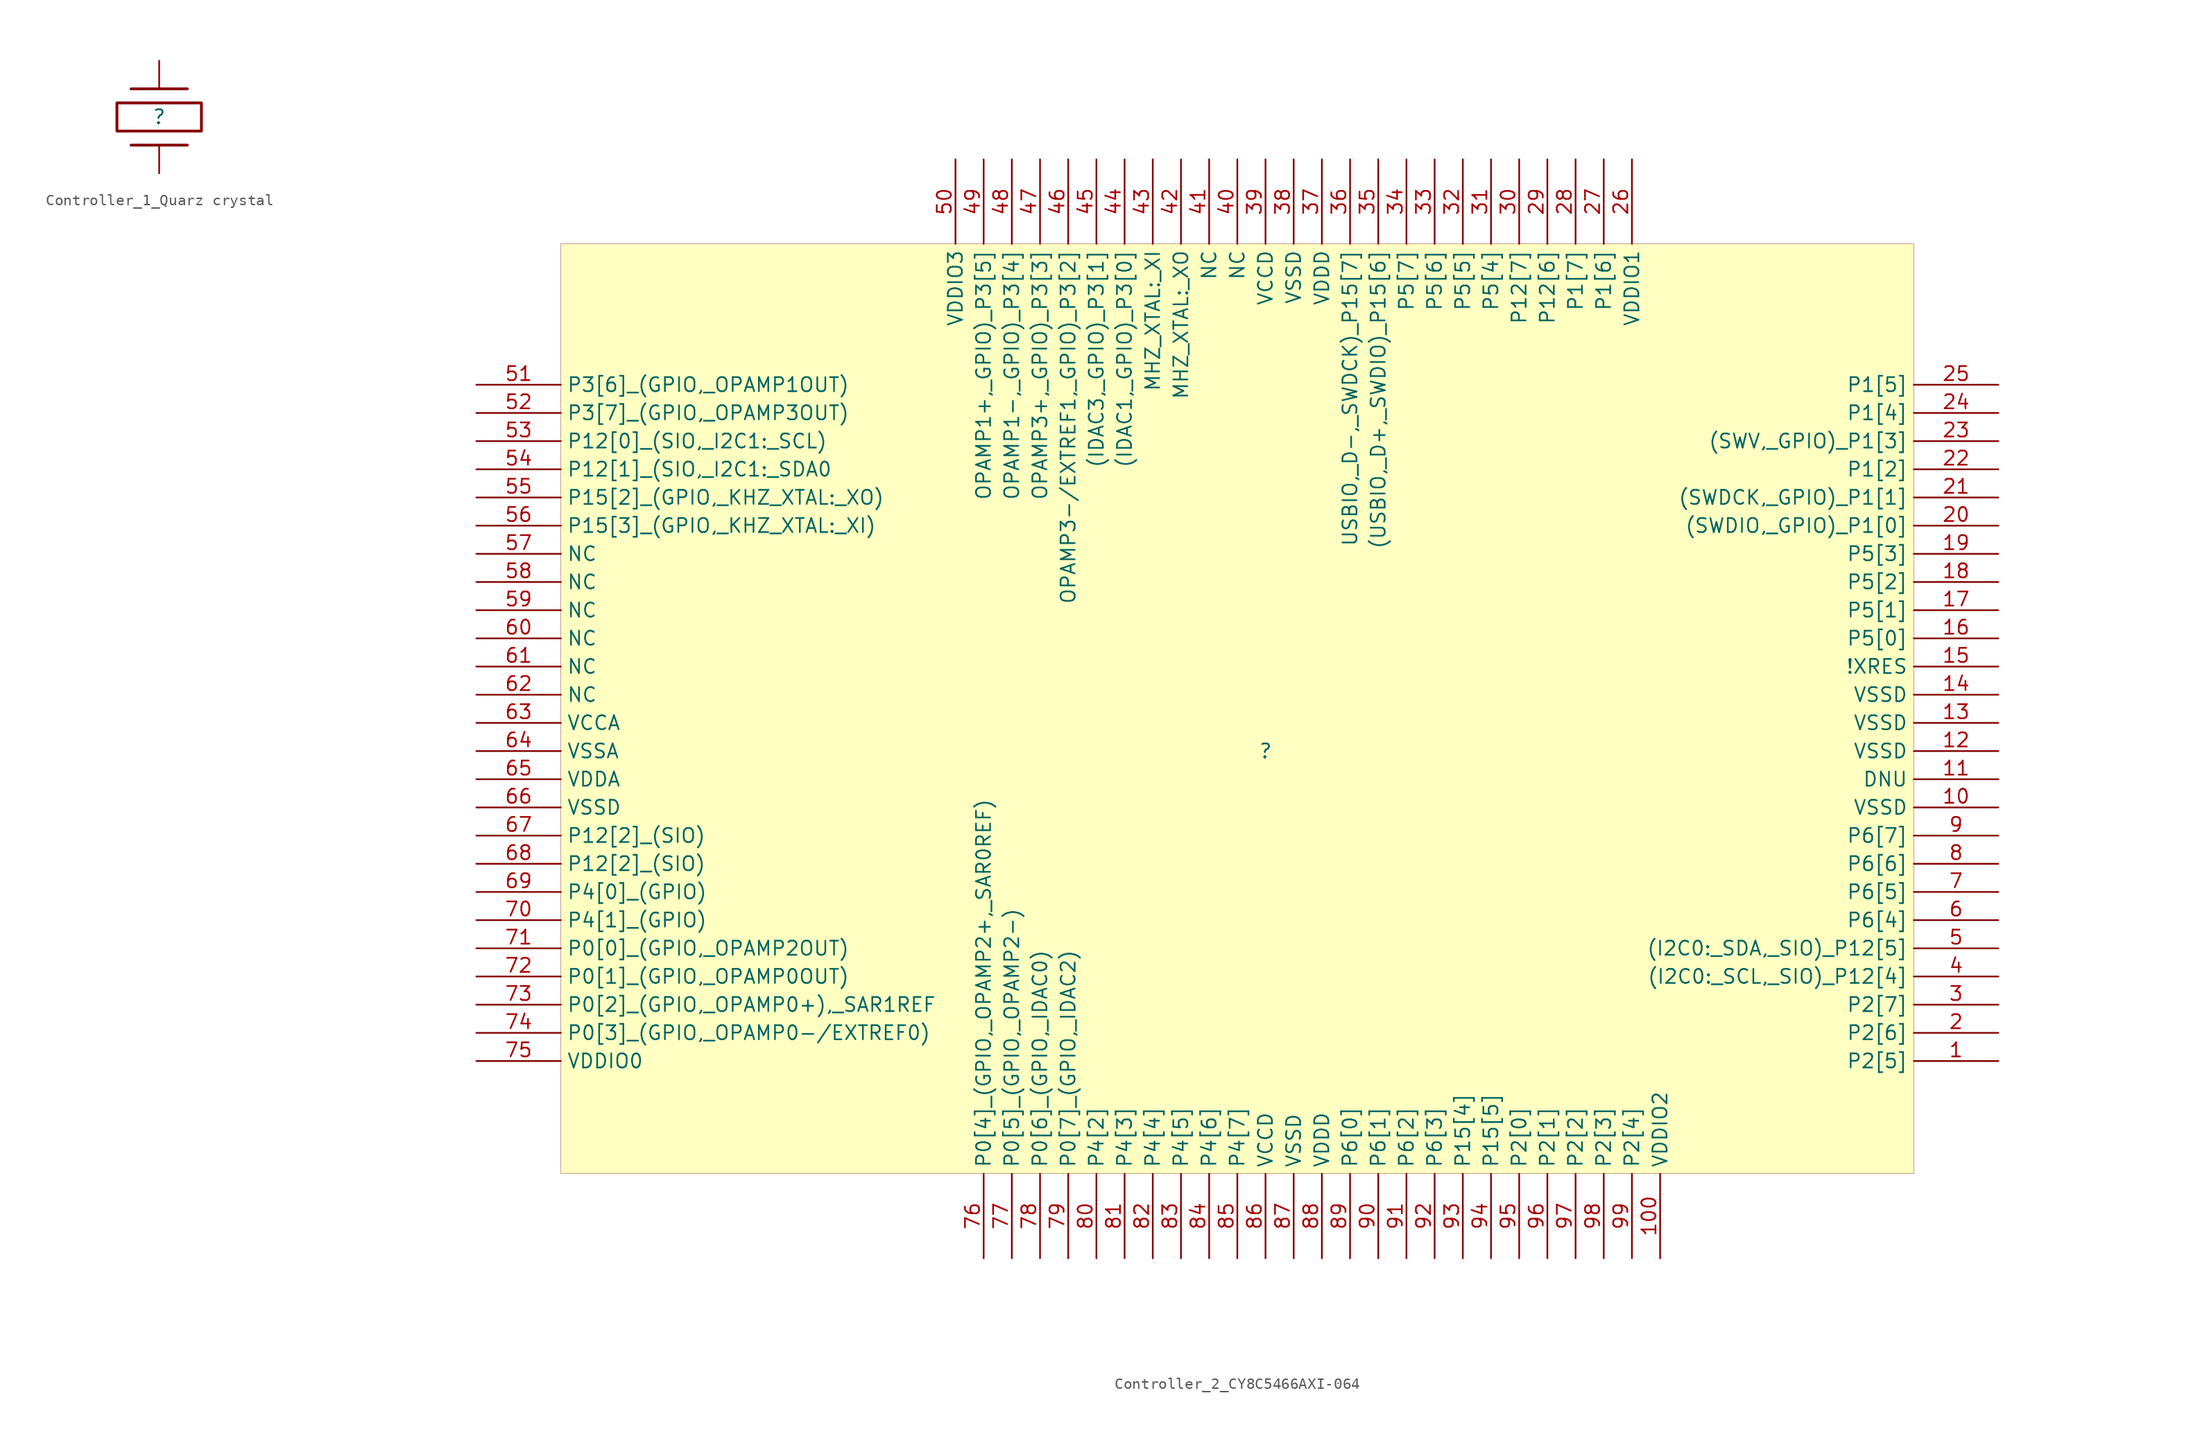
<source format=kicad_sym>
(kicad_symbol_lib
  (version 20231120)
  (generator "kicad_symbol_editor")
  (generator_version "8.0")
  (symbol "Controller_1_Quarz crystal"
    (property "Reference" ""
      (at 0 0 0)
      (effects (font (size 1.27 1.27))))
    (property "Value" ""
      (at 0 0 0)
      (effects (font (size 1.27 1.27))))
    (symbol "Controller_1_Quarz crystal_1_0"
      (polyline (pts (xy -2.54 -2.54) (xy 2.54 -2.54)) (stroke (width 0.254) (type solid)) (fill (type none)))
      (polyline (pts (xy -2.54 2.54) (xy 2.54 2.54)) (stroke (width 0.254) (type solid)) (fill (type none)))
      (polyline (pts (xy -3.81 1.27) (xy -3.81 -1.27) (xy 3.81 -1.27) (xy 3.81 1.27) (xy -3.81 1.27)) (stroke (width 0.254) (type solid)) (fill (type none)))
      (pin passive line (at 0 5.08 270) (length 2.54) (name "23" (effects (font (size 0 0)))) (number "1" (effects (font (size 0 0)))))
      (pin passive line (at 0 -5.08 90) (length 2.54) (name "24" (effects (font (size 0 0)))) (number "2" (effects (font (size 0 0)))))))
  (symbol "Controller_2_CY8C5466AXI-064"
    (property "Reference" ""
      (at 0 0 0)
      (effects (font (size 1.27 1.27))))
    (property "Value" ""
      (at 0 0 0)
      (effects (font (size 1.27 1.27))))
    (symbol "Controller_2_CY8C5466AXI-064_1_0"
      (rectangle (start 58.42 45.72) (end -63.5 -38.1) (stroke (width 0.025) (type solid) (color 128 0 0 1)) (fill (type background)))
      (pin bidirectional line (at 66.04 -27.94 180) (length 7.62) (name "P2[5]" (effects (font (size 1.27 1.27)))) (number "1" (effects (font (size 1.27 1.27)))))
      (pin power_in line (at 66.04 -5.08 180) (length 7.62) (name "VSSD" (effects (font (size 1.27 1.27)))) (number "10" (effects (font (size 1.27 1.27)))))
      (pin passive line (at 35.56 -45.72 90) (length 7.62) (name "VDDIO2" (effects (font (size 1.27 1.27)))) (number "100" (effects (font (size 1.27 1.27)))))
      (pin passive line (at 66.04 -2.54 180) (length 7.62) (name "DNU" (effects (font (size 1.27 1.27)))) (number "11" (effects (font (size 1.27 1.27)))))
      (pin power_in line (at 66.04 0 180) (length 7.62) (name "VSSD" (effects (font (size 1.27 1.27)))) (number "12" (effects (font (size 1.27 1.27)))))
      (pin power_in line (at 66.04 2.54 180) (length 7.62) (name "VSSD" (effects (font (size 1.27 1.27)))) (number "13" (effects (font (size 1.27 1.27)))))
      (pin power_in line (at 66.04 5.08 180) (length 7.62) (name "VSSD" (effects (font (size 1.27 1.27)))) (number "14" (effects (font (size 1.27 1.27)))))
      (pin passive line (at 66.04 7.62 180) (length 7.62) (name "!XRES" (effects (font (size 1.27 1.27)))) (number "15" (effects (font (size 1.27 1.27)))))
      (pin bidirectional line (at 66.04 10.16 180) (length 7.62) (name "P5[0]" (effects (font (size 1.27 1.27)))) (number "16" (effects (font (size 1.27 1.27)))))
      (pin bidirectional line (at 66.04 12.7 180) (length 7.62) (name "P5[1]" (effects (font (size 1.27 1.27)))) (number "17" (effects (font (size 1.27 1.27)))))
      (pin bidirectional line (at 66.04 15.24 180) (length 7.62) (name "P5[2]" (effects (font (size 1.27 1.27)))) (number "18" (effects (font (size 1.27 1.27)))))
      (pin bidirectional line (at 66.04 17.78 180) (length 7.62) (name "P5[3]" (effects (font (size 1.27 1.27)))) (number "19" (effects (font (size 1.27 1.27)))))
      (pin bidirectional line (at 66.04 -25.4 180) (length 7.62) (name "P2[6]" (effects (font (size 1.27 1.27)))) (number "2" (effects (font (size 1.27 1.27)))))
      (pin bidirectional line (at 66.04 20.32 180) (length 7.62) (name "(SWDIO,_GPIO)_P1[0]" (effects (font (size 1.27 1.27)))) (number "20" (effects (font (size 1.27 1.27)))))
      (pin bidirectional line (at 66.04 22.86 180) (length 7.62) (name "(SWDCK,_GPIO)_P1[1]" (effects (font (size 1.27 1.27)))) (number "21" (effects (font (size 1.27 1.27)))))
      (pin bidirectional line (at 66.04 25.4 180) (length 7.62) (name "P1[2]" (effects (font (size 1.27 1.27)))) (number "22" (effects (font (size 1.27 1.27)))))
      (pin bidirectional line (at 66.04 27.94 180) (length 7.62) (name "(SWV,_GPIO)_P1[3]" (effects (font (size 1.27 1.27)))) (number "23" (effects (font (size 1.27 1.27)))))
      (pin bidirectional line (at 66.04 30.48 180) (length 7.62) (name "P1[4]" (effects (font (size 1.27 1.27)))) (number "24" (effects (font (size 1.27 1.27)))))
      (pin bidirectional line (at 66.04 33.02 180) (length 7.62) (name "P1[5]" (effects (font (size 1.27 1.27)))) (number "25" (effects (font (size 1.27 1.27)))))
      (pin power_in line (at 33.02 53.34 270) (length 7.62) (name "VDDIO1" (effects (font (size 1.27 1.27)))) (number "26" (effects (font (size 1.27 1.27)))))
      (pin bidirectional line (at 30.48 53.34 270) (length 7.62) (name "P1[6]" (effects (font (size 1.27 1.27)))) (number "27" (effects (font (size 1.27 1.27)))))
      (pin bidirectional line (at 27.94 53.34 270) (length 7.62) (name "P1[7]" (effects (font (size 1.27 1.27)))) (number "28" (effects (font (size 1.27 1.27)))))
      (pin bidirectional line (at 25.4 53.34 270) (length 7.62) (name "P12[6]" (effects (font (size 1.27 1.27)))) (number "29" (effects (font (size 1.27 1.27)))))
      (pin bidirectional line (at 66.04 -22.86 180) (length 7.62) (name "P2[7]" (effects (font (size 1.27 1.27)))) (number "3" (effects (font (size 1.27 1.27)))))
      (pin bidirectional line (at 22.86 53.34 270) (length 7.62) (name "P12[7]" (effects (font (size 1.27 1.27)))) (number "30" (effects (font (size 1.27 1.27)))))
      (pin bidirectional line (at 20.32 53.34 270) (length 7.62) (name "P5[4]" (effects (font (size 1.27 1.27)))) (number "31" (effects (font (size 1.27 1.27)))))
      (pin bidirectional line (at 17.78 53.34 270) (length 7.62) (name "P5[5]" (effects (font (size 1.27 1.27)))) (number "32" (effects (font (size 1.27 1.27)))))
      (pin bidirectional line (at 15.24 53.34 270) (length 7.62) (name "P5[6]" (effects (font (size 1.27 1.27)))) (number "33" (effects (font (size 1.27 1.27)))))
      (pin bidirectional line (at 12.7 53.34 270) (length 7.62) (name "P5[7]" (effects (font (size 1.27 1.27)))) (number "34" (effects (font (size 1.27 1.27)))))
      (pin bidirectional line (at 10.16 53.34 270) (length 7.62) (name "(USBIO,_D+,_SWDIO)_P15[6]" (effects (font (size 1.27 1.27)))) (number "35" (effects (font (size 1.27 1.27)))))
      (pin bidirectional line (at 7.62 53.34 270) (length 7.62) (name "USBIO,_D-,_SWDCK)_P15[7]" (effects (font (size 1.27 1.27)))) (number "36" (effects (font (size 1.27 1.27)))))
      (pin power_in line (at 5.08 53.34 270) (length 7.62) (name "VDDD" (effects (font (size 1.27 1.27)))) (number "37" (effects (font (size 1.27 1.27)))))
      (pin power_in line (at 2.54 53.34 270) (length 7.62) (name "VSSD" (effects (font (size 1.27 1.27)))) (number "38" (effects (font (size 1.27 1.27)))))
      (pin power_in line (at 0 53.34 270) (length 7.62) (name "VCCD" (effects (font (size 1.27 1.27)))) (number "39" (effects (font (size 1.27 1.27)))))
      (pin bidirectional line (at 66.04 -20.32 180) (length 7.62) (name "(I2C0:_SCL,_SIO)_P12[4]" (effects (font (size 1.27 1.27)))) (number "4" (effects (font (size 1.27 1.27)))))
      (pin passive line (at -2.54 53.34 270) (length 7.62) (name "NC" (effects (font (size 1.27 1.27)))) (number "40" (effects (font (size 1.27 1.27)))))
      (pin passive line (at -5.08 53.34 270) (length 7.62) (name "NC" (effects (font (size 1.27 1.27)))) (number "41" (effects (font (size 1.27 1.27)))))
      (pin passive line (at -7.62 53.34 270) (length 7.62) (name "MHZ_XTAL:_XO" (effects (font (size 1.27 1.27)))) (number "42" (effects (font (size 1.27 1.27)))))
      (pin passive line (at -10.16 53.34 270) (length 7.62) (name "MHZ_XTAL:_XI" (effects (font (size 1.27 1.27)))) (number "43" (effects (font (size 1.27 1.27)))))
      (pin bidirectional line (at -12.7 53.34 270) (length 7.62) (name "(IDAC1,_GPIO)_P3[0]" (effects (font (size 1.27 1.27)))) (number "44" (effects (font (size 1.27 1.27)))))
      (pin bidirectional line (at -15.24 53.34 270) (length 7.62) (name "(IDAC3,_GPIO)_P3[1]" (effects (font (size 1.27 1.27)))) (number "45" (effects (font (size 1.27 1.27)))))
      (pin bidirectional line (at -17.78 53.34 270) (length 7.62) (name "OPAMP3-/EXTREF1,_GPIO)_P3[2]" (effects (font (size 1.27 1.27)))) (number "46" (effects (font (size 1.27 1.27)))))
      (pin bidirectional line (at -20.32 53.34 270) (length 7.62) (name "OPAMP3+,_GPIO)_P3[3]" (effects (font (size 1.27 1.27)))) (number "47" (effects (font (size 1.27 1.27)))))
      (pin bidirectional line (at -22.86 53.34 270) (length 7.62) (name "OPAMP1-,_GPIO)_P3[4]" (effects (font (size 1.27 1.27)))) (number "48" (effects (font (size 1.27 1.27)))))
      (pin bidirectional line (at -25.4 53.34 270) (length 7.62) (name "OPAMP1+,_GPIO)_P3[5]" (effects (font (size 1.27 1.27)))) (number "49" (effects (font (size 1.27 1.27)))))
      (pin bidirectional line (at 66.04 -17.78 180) (length 7.62) (name "(I2C0:_SDA,_SIO)_P12[5]" (effects (font (size 1.27 1.27)))) (number "5" (effects (font (size 1.27 1.27)))))
      (pin power_in line (at -27.94 53.34 270) (length 7.62) (name "VDDIO3" (effects (font (size 1.27 1.27)))) (number "50" (effects (font (size 1.27 1.27)))))
      (pin bidirectional line (at -71.12 33.02 0) (length 7.62) (name "P3[6]_(GPIO,_OPAMP1OUT)" (effects (font (size 1.27 1.27)))) (number "51" (effects (font (size 1.27 1.27)))))
      (pin bidirectional line (at -71.12 30.48 0) (length 7.62) (name "P3[7]_(GPIO,_OPAMP3OUT)" (effects (font (size 1.27 1.27)))) (number "52" (effects (font (size 1.27 1.27)))))
      (pin bidirectional line (at -71.12 27.94 0) (length 7.62) (name "P12[0]_(SIO,_I2C1:_SCL)" (effects (font (size 1.27 1.27)))) (number "53" (effects (font (size 1.27 1.27)))))
      (pin bidirectional line (at -71.12 25.4 0) (length 7.62) (name "P12[1]_(SIO,_I2C1:_SDA0" (effects (font (size 1.27 1.27)))) (number "54" (effects (font (size 1.27 1.27)))))
      (pin bidirectional line (at -71.12 22.86 0) (length 7.62) (name "P15[2]_(GPIO,_KHZ_XTAL:_XO)" (effects (font (size 1.27 1.27)))) (number "55" (effects (font (size 1.27 1.27)))))
      (pin bidirectional line (at -71.12 20.32 0) (length 7.62) (name "P15[3]_(GPIO,_KHZ_XTAL:_XI)" (effects (font (size 1.27 1.27)))) (number "56" (effects (font (size 1.27 1.27)))))
      (pin passive line (at -71.12 17.78 0) (length 7.62) (name "NC" (effects (font (size 1.27 1.27)))) (number "57" (effects (font (size 1.27 1.27)))))
      (pin passive line (at -71.12 15.24 0) (length 7.62) (name "NC" (effects (font (size 1.27 1.27)))) (number "58" (effects (font (size 1.27 1.27)))))
      (pin passive line (at -71.12 12.7 0) (length 7.62) (name "NC" (effects (font (size 1.27 1.27)))) (number "59" (effects (font (size 1.27 1.27)))))
      (pin bidirectional line (at 66.04 -15.24 180) (length 7.62) (name "P6[4]" (effects (font (size 1.27 1.27)))) (number "6" (effects (font (size 1.27 1.27)))))
      (pin passive line (at -71.12 10.16 0) (length 7.62) (name "NC" (effects (font (size 1.27 1.27)))) (number "60" (effects (font (size 1.27 1.27)))))
      (pin passive line (at -71.12 7.62 0) (length 7.62) (name "NC" (effects (font (size 1.27 1.27)))) (number "61" (effects (font (size 1.27 1.27)))))
      (pin passive line (at -71.12 5.08 0) (length 7.62) (name "NC" (effects (font (size 1.27 1.27)))) (number "62" (effects (font (size 1.27 1.27)))))
      (pin power_in line (at -71.12 2.54 0) (length 7.62) (name "VCCA" (effects (font (size 1.27 1.27)))) (number "63" (effects (font (size 1.27 1.27)))))
      (pin power_in line (at -71.12 0 0) (length 7.62) (name "VSSA" (effects (font (size 1.27 1.27)))) (number "64" (effects (font (size 1.27 1.27)))))
      (pin power_in line (at -71.12 -2.54 0) (length 7.62) (name "VDDA" (effects (font (size 1.27 1.27)))) (number "65" (effects (font (size 1.27 1.27)))))
      (pin power_in line (at -71.12 -5.08 0) (length 7.62) (name "VSSD" (effects (font (size 1.27 1.27)))) (number "66" (effects (font (size 1.27 1.27)))))
      (pin bidirectional line (at -71.12 -7.62 0) (length 7.62) (name "P12[2]_(SIO)" (effects (font (size 1.27 1.27)))) (number "67" (effects (font (size 1.27 1.27)))))
      (pin bidirectional line (at -71.12 -10.16 0) (length 7.62) (name "P12[2]_(SIO)" (effects (font (size 1.27 1.27)))) (number "68" (effects (font (size 1.27 1.27)))))
      (pin bidirectional line (at -71.12 -12.7 0) (length 7.62) (name "P4[0]_(GPIO)" (effects (font (size 1.27 1.27)))) (number "69" (effects (font (size 1.27 1.27)))))
      (pin bidirectional line (at 66.04 -12.7 180) (length 7.62) (name "P6[5]" (effects (font (size 1.27 1.27)))) (number "7" (effects (font (size 1.27 1.27)))))
      (pin bidirectional line (at -71.12 -15.24 0) (length 7.62) (name "P4[1]_(GPIO)" (effects (font (size 1.27 1.27)))) (number "70" (effects (font (size 1.27 1.27)))))
      (pin bidirectional line (at -71.12 -17.78 0) (length 7.62) (name "P0[0]_(GPIO,_OPAMP2OUT)" (effects (font (size 1.27 1.27)))) (number "71" (effects (font (size 1.27 1.27)))))
      (pin bidirectional line (at -71.12 -20.32 0) (length 7.62) (name "P0[1]_(GPIO,_OPAMP0OUT)" (effects (font (size 1.27 1.27)))) (number "72" (effects (font (size 1.27 1.27)))))
      (pin bidirectional line (at -71.12 -22.86 0) (length 7.62) (name "P0[2]_(GPIO,_OPAMP0+),_SAR1REF" (effects (font (size 1.27 1.27)))) (number "73" (effects (font (size 1.27 1.27)))))
      (pin bidirectional line (at -71.12 -25.4 0) (length 7.62) (name "P0[3]_(GPIO,_OPAMP0-/EXTREF0)" (effects (font (size 1.27 1.27)))) (number "74" (effects (font (size 1.27 1.27)))))
      (pin power_in line (at -71.12 -27.94 0) (length 7.62) (name "VDDIO0" (effects (font (size 1.27 1.27)))) (number "75" (effects (font (size 1.27 1.27)))))
      (pin bidirectional line (at -25.4 -45.72 90) (length 7.62) (name "P0[4]_(GPIO,_OPAMP2+,_SAR0REF)" (effects (font (size 1.27 1.27)))) (number "76" (effects (font (size 1.27 1.27)))))
      (pin bidirectional line (at -22.86 -45.72 90) (length 7.62) (name "P0[5]_(GPIO,_OPAMP2-)" (effects (font (size 1.27 1.27)))) (number "77" (effects (font (size 1.27 1.27)))))
      (pin bidirectional line (at -20.32 -45.72 90) (length 7.62) (name "P0[6]_(GPIO,_IDAC0)" (effects (font (size 1.27 1.27)))) (number "78" (effects (font (size 1.27 1.27)))))
      (pin bidirectional line (at -17.78 -45.72 90) (length 7.62) (name "P0[7]_(GPIO,_IDAC2)" (effects (font (size 1.27 1.27)))) (number "79" (effects (font (size 1.27 1.27)))))
      (pin bidirectional line (at 66.04 -10.16 180) (length 7.62) (name "P6[6]" (effects (font (size 1.27 1.27)))) (number "8" (effects (font (size 1.27 1.27)))))
      (pin bidirectional line (at -15.24 -45.72 90) (length 7.62) (name "P4[2]" (effects (font (size 1.27 1.27)))) (number "80" (effects (font (size 1.27 1.27)))))
      (pin bidirectional line (at -12.7 -45.72 90) (length 7.62) (name "P4[3]" (effects (font (size 1.27 1.27)))) (number "81" (effects (font (size 1.27 1.27)))))
      (pin bidirectional line (at -10.16 -45.72 90) (length 7.62) (name "P4[4]" (effects (font (size 1.27 1.27)))) (number "82" (effects (font (size 1.27 1.27)))))
      (pin bidirectional line (at -7.62 -45.72 90) (length 7.62) (name "P4[5]" (effects (font (size 1.27 1.27)))) (number "83" (effects (font (size 1.27 1.27)))))
      (pin bidirectional line (at -5.08 -45.72 90) (length 7.62) (name "P4[6]" (effects (font (size 1.27 1.27)))) (number "84" (effects (font (size 1.27 1.27)))))
      (pin bidirectional line (at -2.54 -45.72 90) (length 7.62) (name "P4[7]" (effects (font (size 1.27 1.27)))) (number "85" (effects (font (size 1.27 1.27)))))
      (pin power_in line (at 0 -45.72 90) (length 7.62) (name "VCCD" (effects (font (size 1.27 1.27)))) (number "86" (effects (font (size 1.27 1.27)))))
      (pin power_in line (at 2.54 -45.72 90) (length 7.62) (name "VSSD" (effects (font (size 1.27 1.27)))) (number "87" (effects (font (size 1.27 1.27)))))
      (pin power_in line (at 5.08 -45.72 90) (length 7.62) (name "VDDD" (effects (font (size 1.27 1.27)))) (number "88" (effects (font (size 1.27 1.27)))))
      (pin bidirectional line (at 7.62 -45.72 90) (length 7.62) (name "P6[0]" (effects (font (size 1.27 1.27)))) (number "89" (effects (font (size 1.27 1.27)))))
      (pin bidirectional line (at 66.04 -7.62 180) (length 7.62) (name "P6[7]" (effects (font (size 1.27 1.27)))) (number "9" (effects (font (size 1.27 1.27)))))
      (pin bidirectional line (at 10.16 -45.72 90) (length 7.62) (name "P6[1]" (effects (font (size 1.27 1.27)))) (number "90" (effects (font (size 1.27 1.27)))))
      (pin bidirectional line (at 12.7 -45.72 90) (length 7.62) (name "P6[2]" (effects (font (size 1.27 1.27)))) (number "91" (effects (font (size 1.27 1.27)))))
      (pin bidirectional line (at 15.24 -45.72 90) (length 7.62) (name "P6[3]" (effects (font (size 1.27 1.27)))) (number "92" (effects (font (size 1.27 1.27)))))
      (pin bidirectional line (at 17.78 -45.72 90) (length 7.62) (name "P15[4]" (effects (font (size 1.27 1.27)))) (number "93" (effects (font (size 1.27 1.27)))))
      (pin bidirectional line (at 20.32 -45.72 90) (length 7.62) (name "P15[5]" (effects (font (size 1.27 1.27)))) (number "94" (effects (font (size 1.27 1.27)))))
      (pin bidirectional line (at 22.86 -45.72 90) (length 7.62) (name "P2[0]" (effects (font (size 1.27 1.27)))) (number "95" (effects (font (size 1.27 1.27)))))
      (pin bidirectional line (at 25.4 -45.72 90) (length 7.62) (name "P2[1]" (effects (font (size 1.27 1.27)))) (number "96" (effects (font (size 1.27 1.27)))))
      (pin bidirectional line (at 27.94 -45.72 90) (length 7.62) (name "P2[2]" (effects (font (size 1.27 1.27)))) (number "97" (effects (font (size 1.27 1.27)))))
      (pin bidirectional line (at 30.48 -45.72 90) (length 7.62) (name "P2[3]" (effects (font (size 1.27 1.27)))) (number "98" (effects (font (size 1.27 1.27)))))
      (pin bidirectional line (at 33.02 -45.72 90) (length 7.62) (name "P2[4]" (effects (font (size 1.27 1.27)))) (number "99" (effects (font (size 1.27 1.27))))))))
</source>
